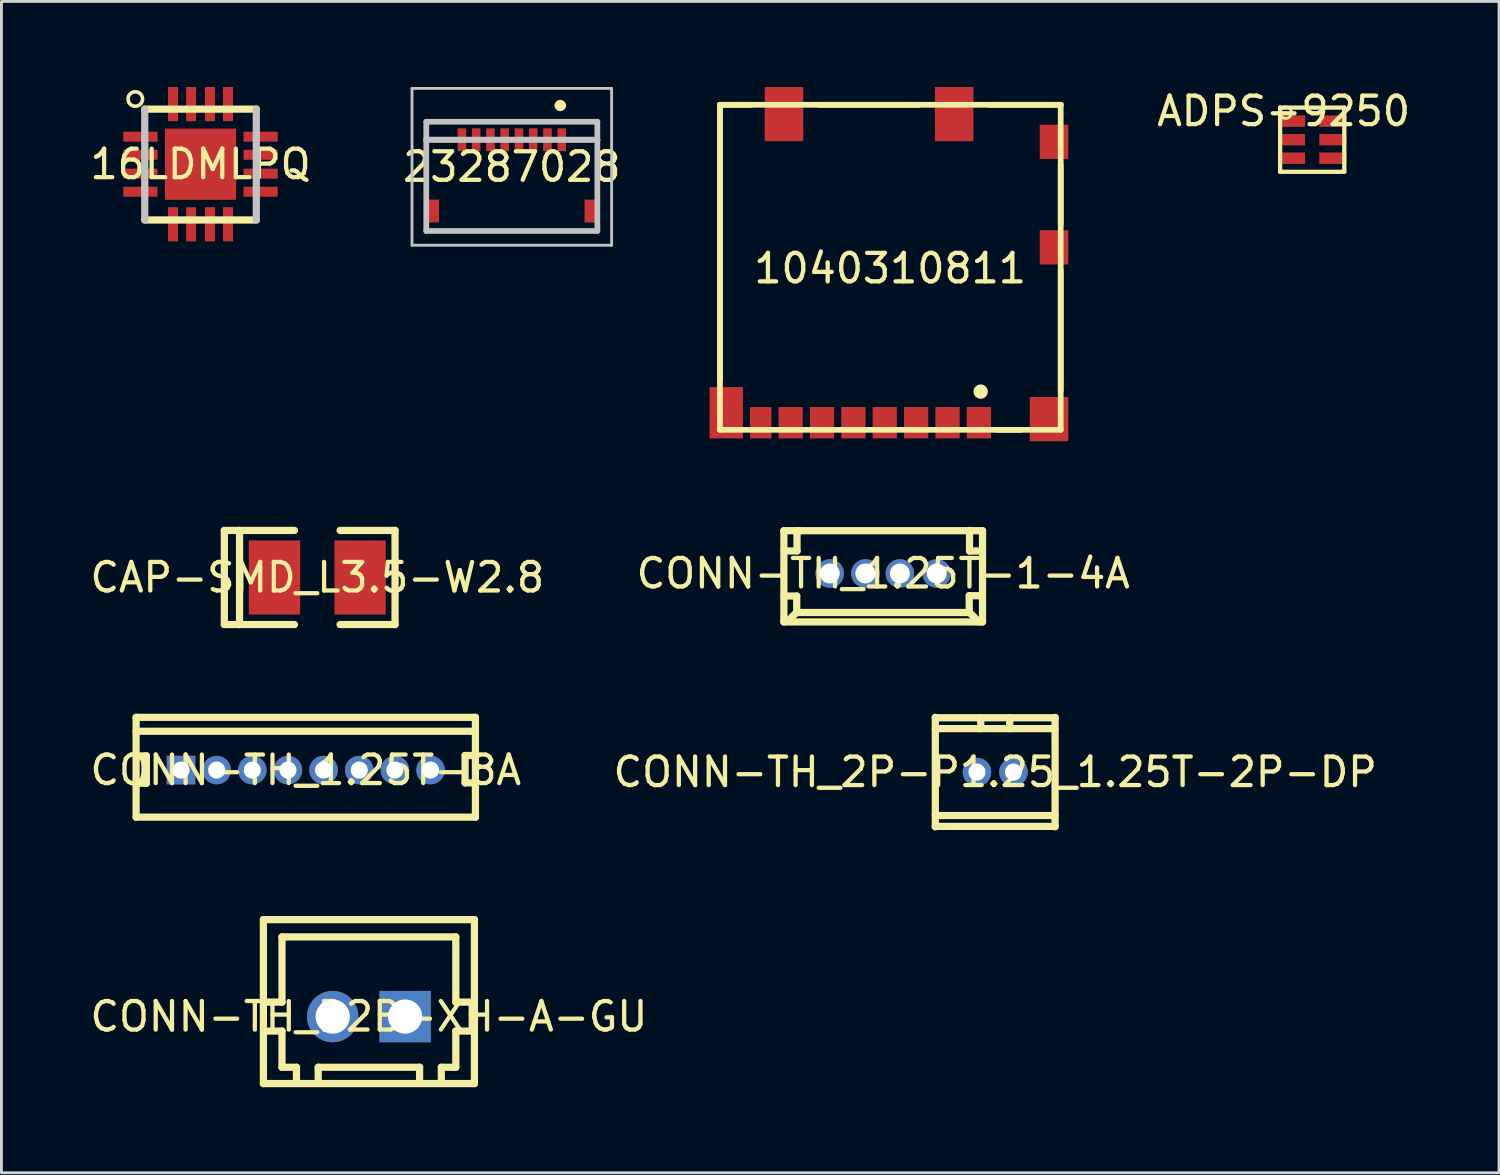
<source format=kicad_pcb>
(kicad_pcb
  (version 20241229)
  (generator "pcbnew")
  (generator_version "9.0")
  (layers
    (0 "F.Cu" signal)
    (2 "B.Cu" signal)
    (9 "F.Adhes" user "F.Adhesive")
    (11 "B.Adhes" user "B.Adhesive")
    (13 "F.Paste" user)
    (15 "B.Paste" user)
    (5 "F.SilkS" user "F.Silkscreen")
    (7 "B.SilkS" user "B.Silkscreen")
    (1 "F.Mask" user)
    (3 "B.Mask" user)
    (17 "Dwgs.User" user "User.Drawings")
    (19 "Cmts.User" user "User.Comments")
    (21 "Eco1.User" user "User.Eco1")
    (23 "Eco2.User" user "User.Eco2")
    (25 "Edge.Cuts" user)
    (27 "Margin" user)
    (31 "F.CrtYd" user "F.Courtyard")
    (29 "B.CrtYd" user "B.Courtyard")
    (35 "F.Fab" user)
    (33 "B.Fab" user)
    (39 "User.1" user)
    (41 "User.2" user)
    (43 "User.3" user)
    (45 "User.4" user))
  (footprint "CAP-SMD_L3.5-W2.8"
    (layer "F.Cu")
    (at 8.077 17.202)
    (property "Reference" "CAP-SMD_L3.5-W2.8" (at 0 0 0) (layer "F.SilkS") (effects (font (size 1 1) (thickness 0.15))))
    (fp_line (start -3.26 -1.65) (end -3.26 1.65) (stroke (width 0.254) (type default)) (layer "F.SilkS"))
    (fp_line (start -3.26 1.65) (end -2.727 1.65) (stroke (width 0.254) (type default)) (layer "F.SilkS"))
    (fp_line (start -2.727 -1.65) (end -3.26 -1.65) (stroke (width 0.254) (type default)) (layer "F.SilkS"))
    (fp_line (start -2.727 1.65) (end -2.727 -1.65) (stroke (width 0.254) (type default)) (layer "F.SilkS"))
    (fp_line (start -0.8 -1.65) (end -2.727 -1.65) (stroke (width 0.254) (type default)) (layer "F.SilkS"))
    (fp_line (start -0.8 1.65) (end -2.727 1.65) (stroke (width 0.254) (type default)) (layer "F.SilkS"))
    (fp_line (start 0.8 -1.65) (end 2.727 -1.65) (stroke (width 0.254) (type default)) (layer "F.SilkS"))
    (fp_line (start 2.727 -1.65) (end 2.727 1.65) (stroke (width 0.254) (type default)) (layer "F.SilkS"))
    (fp_line (start 2.727 1.65) (end 0.8 1.65) (stroke (width 0.254) (type default)) (layer "F.SilkS"))
    (pad "1" smd rect (at -1.501 0) (size 1.8 2.6) (layers "F.Cu" "F.Mask" "F.Paste"))
    (pad "2" smd rect (at 1.501 0) (size 1.8 2.6) (layers "F.Cu" "F.Mask" "F.Paste")))
  (footprint "CONN-TH_B2B-XH-A-GU"
    (layer "F.Cu")
    (at 9.887 32.6)
    (property "Reference" "CONN-TH_B2B-XH-A-GU" (at 0 0 0) (layer "F.SilkS") (effects (font (size 1 1) (thickness 0.15))))
    (fp_line (start -3.7 -3.4) (end -3.7 2.35) (stroke (width 0.254) (type default)) (layer "F.SilkS"))
    (fp_line (start -3.7 2.35) (end 3.7 2.35) (stroke (width 0.254) (type default)) (layer "F.SilkS"))
    (fp_line (start -3.556 -0.508) (end -3.048 -0.508) (stroke (width 0.254) (type default)) (layer "F.SilkS"))
    (fp_line (start -3.048 -2.794) (end 3.048 -2.794) (stroke (width 0.254) (type default)) (layer "F.SilkS"))
    (fp_line (start -3.048 -0.508) (end -3.048 -2.794) (stroke (width 0.254) (type default)) (layer "F.SilkS"))
    (fp_line (start -3.048 0.508) (end -3.556 0.508) (stroke (width 0.254) (type default)) (layer "F.SilkS"))
    (fp_line (start -3.048 1.778) (end -3.048 0.508) (stroke (width 0.254) (type default)) (layer "F.SilkS"))
    (fp_line (start -2.54 1.778) (end -3.048 1.778) (stroke (width 0.254) (type default)) (layer "F.SilkS"))
    (fp_line (start -2.54 2.286) (end -2.54 1.778) (stroke (width 0.254) (type default)) (layer "F.SilkS"))
    (fp_line (start -1.778 1.778) (end -1.778 2.286) (stroke (width 0.254) (type default)) (layer "F.SilkS"))
    (fp_line (start 1.778 1.778) (end -1.778 1.778) (stroke (width 0.254) (type default)) (layer "F.SilkS"))
    (fp_line (start 1.778 2.286) (end 1.778 1.778) (stroke (width 0.254) (type default)) (layer "F.SilkS"))
    (fp_line (start 2.54 1.778) (end 2.54 2.286) (stroke (width 0.254) (type default)) (layer "F.SilkS"))
    (fp_line (start 3.048 -2.794) (end 3.048 -0.508) (stroke (width 0.254) (type default)) (layer "F.SilkS"))
    (fp_line (start 3.048 -0.508) (end 3.556 -0.508) (stroke (width 0.254) (type default)) (layer "F.SilkS"))
    (fp_line (start 3.048 0.508) (end 3.048 1.778) (stroke (width 0.254) (type default)) (layer "F.SilkS"))
    (fp_line (start 3.048 1.778) (end 2.54 1.778) (stroke (width 0.254) (type default)) (layer "F.SilkS"))
    (fp_line (start 3.556 0.508) (end 3.048 0.508) (stroke (width 0.254) (type default)) (layer "F.SilkS"))
    (fp_line (start 3.7 -3.4) (end -3.7 -3.4) (stroke (width 0.254) (type default)) (layer "F.SilkS"))
    (fp_line (start 3.7 2.35) (end 3.7 -3.4) (stroke (width 0.254) (type default)) (layer "F.SilkS"))
    (pad "1" thru_hole rect (at 1.27 0) (size 1.8 1.8) (drill 1.2) (layers "*.Cu" "*.Mask"))
    (pad "2" thru_hole circle (at -1.27 0) (size 1.8 1.8) (drill 1.2) (layers "*.Cu" "*.Mask")))
  (footprint "16LDMLPQ"
    (layer "F.Cu")
    (at 3.982 2.708)
    (property "Reference" "16LDMLPQ" (at 0 0 0) (layer "F.SilkS") (effects (font (size 1 1) (thickness 0.15))))
    (fp_line (start -1.956 -1.931) (end 1.956 -1.931) (stroke (width 0.254) (type default)) (layer "F.SilkS"))
    (fp_line (start 1.956 1.956) (end -1.956 1.956) (stroke (width 0.254) (type default)) (layer "F.SilkS"))
    (fp_circle (center -2.287 -2.286) (end -2.033 -2.286) (stroke (width 0.127) (type default)) (fill no) (layer "F.SilkS"))
    (fp_line (start -1.956 -1.931) (end -1.956 1.956) (stroke (width 0.254) (type default)) (layer "Dwgs.User"))
    (fp_line (start 1.956 1.956) (end 1.956 -1.931) (stroke (width 0.254) (type default)) (layer "Dwgs.User"))
    (pad "1" smd rect (at -2.108 -0.965) (size 1.199 0.35) (layers "F.Cu" "F.Mask" "F.Paste"))
    (pad "2" smd rect (at -2.108 -0.33) (size 1.199 0.35) (layers "F.Cu" "F.Mask" "F.Paste"))
    (pad "3" smd rect (at -2.108 0.331) (size 1.199 0.35) (layers "F.Cu" "F.Mask" "F.Paste"))
    (pad "4" smd rect (at -2.108 0.966) (size 1.199 0.35) (layers "F.Cu" "F.Mask" "F.Paste"))
    (pad "5" smd rect (at -0.965 2.108 90) (size 1.199 0.35) (layers "F.Cu" "F.Mask" "F.Paste"))
    (pad "6" smd rect (at -0.33 2.108 90) (size 1.199 0.35) (layers "F.Cu" "F.Mask" "F.Paste"))
    (pad "7" smd rect (at 0.33 2.108 90) (size 1.199 0.35) (layers "F.Cu" "F.Mask" "F.Paste"))
    (pad "8" smd rect (at 0.965 2.108 90) (size 1.199 0.35) (layers "F.Cu" "F.Mask" "F.Paste"))
    (pad "9" smd rect (at 2.108 0.966 180) (size 1.199 0.35) (layers "F.Cu" "F.Mask" "F.Paste"))
    (pad "10" smd rect (at 2.108 0.331 180) (size 1.199 0.35) (layers "F.Cu" "F.Mask" "F.Paste"))
    (pad "11" smd rect (at 2.108 -0.33 180) (size 1.199 0.35) (layers "F.Cu" "F.Mask" "F.Paste"))
    (pad "12" smd rect (at 2.108 -0.965 180) (size 1.199 0.35) (layers "F.Cu" "F.Mask" "F.Paste"))
    (pad "13" smd rect (at 0.965 -2.108 270) (size 1.199 0.35) (layers "F.Cu" "F.Mask" "F.Paste"))
    (pad "14" smd rect (at 0.33 -2.108 270) (size 1.199 0.35) (layers "F.Cu" "F.Mask" "F.Paste"))
    (pad "15" smd rect (at -0.33 -2.108 270) (size 1.199 0.35) (layers "F.Cu" "F.Mask" "F.Paste"))
    (pad "16" smd rect (at -0.965 -2.108 270) (size 1.199 0.35) (layers "F.Cu" "F.Mask" "F.Paste"))
    (pad "EXP" smd rect (at 0 0) (size 2.499 2.499) (layers "F.Cu" "F.Mask" "F.Paste")))
  (footprint "CONN-TH_2P-P1.25_1.25T-2P-DP"
    (layer "F.Cu")
    (at 31.851 24.026)
    (property "Reference" "CONN-TH_2P-P1.25_1.25T-2P-DP" (at 0 0 0) (layer "F.SilkS") (effects (font (size 1 1) (thickness 0.15))))
    (fp_line (start -2.1 -1.92) (end -2.1 1.92) (stroke (width 0.254) (type default)) (layer "F.SilkS"))
    (fp_line (start -2.1 -1.905) (end 2.1 -1.905) (stroke (width 0.254) (type default)) (layer "F.SilkS"))
    (fp_line (start -2.1 -1.524) (end 2.1 -1.524) (stroke (width 0.254) (type default)) (layer "F.SilkS"))
    (fp_line (start -2.1 1.524) (end 2.1 1.524) (stroke (width 0.254) (type default)) (layer "F.SilkS"))
    (fp_line (start -0.508 -1.905) (end -0.508 -1.524) (stroke (width 0.254) (type default)) (layer "F.SilkS"))
    (fp_line (start 0.508 -1.905) (end 0.508 -1.524) (stroke (width 0.254) (type default)) (layer "F.SilkS"))
    (fp_line (start 2.1 -1.92) (end 2.1 1.92) (stroke (width 0.254) (type default)) (layer "F.SilkS"))
    (fp_line (start 2.1 1.905) (end -2.1 1.905) (stroke (width 0.254) (type default)) (layer "F.SilkS"))
    (pad "1" thru_hole circle (at -0.64 0) (size 1 1) (drill 0.6) (layers "*.Cu" "*.Mask"))
    (pad "2" thru_hole circle (at 0.64 0) (size 1 1) (drill 0.6) (layers "*.Cu" "*.Mask")))
  (footprint "CONN-TH_1.25T-1-4A"
    (layer "F.Cu")
    (at 27.923 17.061)
    (property "Reference" "CONN-TH_1.25T-1-4A" (at 0 0 0) (layer "F.SilkS") (effects (font (size 1 1) (thickness 0.15))))
    (fp_line (start -3.483 -1.5) (end -3.483 1.7) (stroke (width 0.254) (type default)) (layer "F.SilkS"))
    (fp_line (start -3.483 -1.5) (end 3.483 -1.5) (stroke (width 0.254) (type default)) (layer "F.SilkS"))
    (fp_line (start -3.483 1.7) (end 3.483 1.7) (stroke (width 0.254) (type default)) (layer "F.SilkS"))
    (fp_line (start -3.473 -0.79) (end -3.023 -0.79) (stroke (width 0.254) (type default)) (layer "F.SilkS"))
    (fp_line (start -3.473 1.68) (end -3.353 1.68) (stroke (width 0.254) (type default)) (layer "F.SilkS"))
    (fp_line (start -3.353 1.68) (end -3.042 1.369) (stroke (width 0.254) (type default)) (layer "F.SilkS"))
    (fp_line (start -3.042 1.369) (end 3.027 1.369) (stroke (width 0.254) (type default)) (layer "F.SilkS"))
    (fp_line (start -3.033 0.79) (end -3.473 0.79) (stroke (width 0.254) (type default)) (layer "F.SilkS"))
    (fp_line (start -3.033 1.369) (end -3.033 0.79) (stroke (width 0.254) (type default)) (layer "F.SilkS"))
    (fp_line (start -3.023 -1.5) (end -2.893 -1.5) (stroke (width 0.254) (type default)) (layer "F.SilkS"))
    (fp_line (start -3.023 -0.79) (end -3.023 -1.5) (stroke (width 0.254) (type default)) (layer "F.SilkS"))
    (fp_line (start 3.017 0.779) (end 3.457 0.779) (stroke (width 0.254) (type default)) (layer "F.SilkS"))
    (fp_line (start 3.017 1.359) (end 3.017 0.779) (stroke (width 0.254) (type default)) (layer "F.SilkS"))
    (fp_line (start 3.027 -1.508) (end 3.027 -1.478) (stroke (width 0.254) (type default)) (layer "F.SilkS"))
    (fp_line (start 3.027 -0.789) (end 3.027 -1.508) (stroke (width 0.254) (type default)) (layer "F.SilkS"))
    (fp_line (start 3.027 1.369) (end 3.357 1.698) (stroke (width 0.254) (type default)) (layer "F.SilkS"))
    (fp_line (start 3.447 -0.789) (end 3.027 -0.789) (stroke (width 0.254) (type default)) (layer "F.SilkS"))
    (fp_line (start 3.483 -1.5) (end 3.483 1.7) (stroke (width 0.254) (type default)) (layer "F.SilkS"))
    (pad "1" thru_hole circle (at -1.875 0) (size 1 1) (drill 0.7) (layers "*.Cu" "*.Mask"))
    (pad "2" thru_hole circle (at -0.625 0) (size 1 1) (drill 0.7) (layers "*.Cu" "*.Mask"))
    (pad "3" thru_hole circle (at 0.584 0) (size 1 1) (drill 0.7) (layers "*.Cu" "*.Mask"))
    (pad "4" thru_hole circle (at 1.875 0) (size 1 1) (drill 0.7) (layers "*.Cu" "*.Mask")))
  (footprint "23287028"
    (layer "F.Cu")
    (at 14.899 2.8)
    (property "Reference" "23287028" (at 0 0 0) (layer "F.SilkS") (effects (font (size 1 1) (thickness 0.15))))
    (fp_line (start -3 -0.95) (end -3 0.75) (stroke (width 0.1) (type default)) (layer "F.SilkS"))
    (fp_line (start -2.5 -0.95) (end -3 -0.95) (stroke (width 0.1) (type default)) (layer "F.SilkS"))
    (fp_line (start -2 2.25) (end 2 2.25) (stroke (width 0.1) (type default)) (layer "F.SilkS"))
    (fp_line (start 2.5 -0.95) (end 3 -0.95) (stroke (width 0.1) (type default)) (layer "F.SilkS"))
    (fp_line (start 3 -0.95) (end 3 0.75) (stroke (width 0.1) (type default)) (layer "F.SilkS"))
    (fp_arc (start 1.6 -2.15) (mid 1.7 -2.25) (end 1.8 -2.15) (stroke (width 0.2) (type default)) (layer "F.SilkS"))
    (fp_arc (start 1.8 -2.15) (mid 1.7 -2.05) (end 1.6 -2.15) (stroke (width 0.2) (type default)) (layer "F.SilkS"))
    (fp_line (start -3.5 -2.75) (end 3.5 -2.75) (stroke (width 0.1) (type default)) (layer "Dwgs.User"))
    (fp_line (start -3.5 2.75) (end -3.5 -2.75) (stroke (width 0.1) (type default)) (layer "Dwgs.User"))
    (fp_line (start -3 -1.58) (end 3 -1.58) (stroke (width 0.2) (type default)) (layer "Dwgs.User"))
    (fp_line (start -3 -0.95) (end -3 -1.58) (stroke (width 0.2) (type default)) (layer "Dwgs.User"))
    (fp_line (start -3 -0.95) (end 3 -0.95) (stroke (width 0.2) (type default)) (layer "Dwgs.User"))
    (fp_line (start -3 2.25) (end -3 -0.95) (stroke (width 0.2) (type default)) (layer "Dwgs.User"))
    (fp_line (start 3 -1.58) (end 3 -0.95) (stroke (width 0.2) (type default)) (layer "Dwgs.User"))
    (fp_line (start 3 -0.95) (end -3 -0.95) (stroke (width 0.2) (type default)) (layer "Dwgs.User"))
    (fp_line (start 3 -0.95) (end 3 2.25) (stroke (width 0.2) (type default)) (layer "Dwgs.User"))
    (fp_line (start 3 2.25) (end -3 2.25) (stroke (width 0.2) (type default)) (layer "Dwgs.User"))
    (fp_line (start 3.5 -2.75) (end 3.5 2.75) (stroke (width 0.1) (type default)) (layer "Dwgs.User"))
    (fp_line (start 3.5 2.75) (end -3.5 2.75) (stroke (width 0.1) (type default)) (layer "Dwgs.User"))
    (pad "1" smd rect (at 1.75 -0.95 90) (size 0.8 0.3) (layers "F.Cu" "F.Mask" "F.Paste"))
    (pad "2" smd rect (at 1.25 -0.95 90) (size 0.8 0.3) (layers "F.Cu" "F.Mask" "F.Paste"))
    (pad "3" smd rect (at 0.75 -0.95 90) (size 0.8 0.3) (layers "F.Cu" "F.Mask" "F.Paste"))
    (pad "4" smd rect (at 0.25 -0.95 90) (size 0.8 0.3) (layers "F.Cu" "F.Mask" "F.Paste"))
    (pad "5" smd rect (at -0.25 -0.95 90) (size 0.8 0.3) (layers "F.Cu" "F.Mask" "F.Paste"))
    (pad "6" smd rect (at -0.75 -0.95 90) (size 0.8 0.3) (layers "F.Cu" "F.Mask" "F.Paste"))
    (pad "7" smd rect (at -1.25 -0.95 90) (size 0.8 0.3) (layers "F.Cu" "F.Mask" "F.Paste"))
    (pad "8" smd rect (at -1.75 -0.95 90) (size 0.8 0.3) (layers "F.Cu" "F.Mask" "F.Paste"))
    (pad "MP1" smd rect (at 2.75 1.55 90) (size 0.8 0.4) (layers "F.Cu" "F.Mask" "F.Paste"))
    (pad "MP2" smd rect (at -2.75 1.55 90) (size 0.8 0.4) (layers "F.Cu" "F.Mask" "F.Paste")))
  (footprint "1040310811"
    (layer "F.Cu")
    (at 28.166 6.362)
    (property "Reference" "1040310811" (at 0 0 0) (layer "F.SilkS") (effects (font (size 1 1) (thickness 0.15))))
    (fp_line (start -5.968 -5.737) (end -5.968 3.942) (stroke (width 0.2) (type default)) (layer "F.SilkS"))
    (fp_line (start -5.968 -5.737) (end 5.982 -5.737) (stroke (width 0.2) (type default)) (layer "F.SilkS"))
    (fp_line (start -5.968 5.662) (end -5.968 -5.737) (stroke (width 0.2) (type default)) (layer "F.SilkS"))
    (fp_line (start -4.907 -5.737) (end -5.968 -5.737) (stroke (width 0.2) (type default)) (layer "F.SilkS"))
    (fp_line (start -2.493 -5.737) (end 1.008 -5.737) (stroke (width 0.2) (type default)) (layer "F.SilkS"))
    (fp_line (start 3.747 5.662) (end 4.567 5.662) (stroke (width 0.2) (type default)) (layer "F.SilkS"))
    (fp_line (start 5.982 -5.737) (end 3.462 -5.737) (stroke (width 0.2) (type default)) (layer "F.SilkS"))
    (fp_line (start 5.982 -5.737) (end 5.982 5.662) (stroke (width 0.2) (type default)) (layer "F.SilkS"))
    (fp_line (start 5.982 -3.635) (end 5.982 -1.554) (stroke (width 0.2) (type default)) (layer "F.SilkS"))
    (fp_line (start 5.982 0.061) (end 5.982 4.295) (stroke (width 0.2) (type default)) (layer "F.SilkS"))
    (fp_line (start 5.982 5.662) (end -5.968 5.662) (stroke (width 0.2) (type default)) (layer "F.SilkS"))
    (fp_arc (start 3.302 4.3235) (mid 3.047965 4.32025) (end 3.302 4.318) (stroke (width 0.254) (type default)) (layer "F.SilkS"))
    (pad "1" smd custom (at 3.112 5.412 180) (size 0.000001 0.000001) (layers "F.Cu" "F.Mask" "F.Paste") (options (anchor circle)) (primitives (gr_poly (pts (xy -0.425 -0.55) (xy 0.425 -0.55) (xy 0.425 0.55) (xy -0.425 0.55)) (width 0) (fill yes))))
    (pad "2" smd custom (at 2.013 5.412 180) (size 0.000001 0.000001) (layers "F.Cu" "F.Mask" "F.Paste") (options (anchor circle)) (primitives (gr_poly (pts (xy -0.425 -0.55) (xy 0.425 -0.55) (xy 0.425 0.55) (xy -0.425 0.55)) (width 0) (fill yes))))
    (pad "3" smd custom (at 0.912 5.412 180) (size 0.000001 0.000001) (layers "F.Cu" "F.Mask" "F.Paste") (options (anchor circle)) (primitives (gr_poly (pts (xy -0.424 -0.549) (xy 0.425 -0.549) (xy 0.425 0.55) (xy -0.424 0.55)) (width 0) (fill yes))))
    (pad "4" smd custom (at -0.188 5.412 180) (size 0.000001 0.000001) (layers "F.Cu" "F.Mask" "F.Paste") (options (anchor circle)) (primitives (gr_poly (pts (xy -0.424 -0.55) (xy 0.425 -0.55) (xy 0.425 0.55) (xy -0.424 0.55)) (width 0) (fill yes))))
    (pad "5" smd custom (at -1.288 5.412 180) (size 0.000001 0.000001) (layers "F.Cu" "F.Mask" "F.Paste") (options (anchor circle)) (primitives (gr_poly (pts (xy -0.424 -0.55) (xy 0.425 -0.55) (xy 0.425 0.55) (xy -0.424 0.55)) (width 0) (fill yes))))
    (pad "6" smd custom (at -2.388 5.412 180) (size 0.000001 0.000001) (layers "F.Cu" "F.Mask" "F.Paste") (options (anchor circle)) (primitives (gr_poly (pts (xy -0.424 -0.549) (xy 0.425 -0.549) (xy 0.425 0.55) (xy -0.424 0.55)) (width 0) (fill yes))))
    (pad "7" smd custom (at -3.488 5.412 180) (size 0.000001 0.000001) (layers "F.Cu" "F.Mask" "F.Paste") (options (anchor circle)) (primitives (gr_poly (pts (xy -0.424 -0.55) (xy 0.425 -0.55) (xy 0.425 0.55) (xy -0.424 0.55)) (width 0) (fill yes))))
    (pad "8" smd custom (at -4.537 5.412 180) (size 0.000001 0.000001) (layers "F.Cu" "F.Mask" "F.Paste") (options (anchor circle)) (primitives (gr_poly (pts (xy -0.375 -0.55) (xy 0.375 -0.55) (xy 0.375 0.55) (xy -0.375 0.55)) (width 0) (fill yes))))
    (pad "9" smd custom (at -5.747 5.062 180) (size 0.000001 0.000001) (layers "F.Cu" "F.Mask" "F.Paste") (options (anchor circle)) (primitives (gr_poly (pts (xy -0.585 -0.9) (xy 0.585 -0.9) (xy 0.585 0.9) (xy -0.585 0.9)) (width 0) (fill yes))))
    (pad "10" smd custom (at -3.723 -5.412 270) (size 0.000001 0.000001) (layers "F.Cu" "F.Mask" "F.Paste") (options (anchor circle)) (primitives (gr_poly (pts (xy -0.95 0.675) (xy -0.95 -0.675) (xy 0.95 -0.675) (xy 0.95 0.675)) (width 0) (fill yes))))
    (pad "11" smd custom (at 2.247 -5.412 270) (size 0.000001 0.000001) (layers "F.Cu" "F.Mask" "F.Paste") (options (anchor circle)) (primitives (gr_poly (pts (xy -0.95 0.675) (xy -0.95 -0.675) (xy 0.951 -0.675) (xy 0.951 0.675)) (width 0) (fill yes))))
    (pad "12" smd custom (at 5.747 -4.438 270) (size 0.000001 0.000001) (layers "F.Cu" "F.Mask" "F.Paste") (options (anchor circle)) (primitives (gr_poly (pts (xy -0.6 0.5) (xy -0.6 -0.5) (xy 0.6 -0.5) (xy 0.6 0.5)) (width 0) (fill yes))))
    (pad "13" smd custom (at 5.747 -0.738 270) (size 0.000001 0.000001) (layers "F.Cu" "F.Mask" "F.Paste") (options (anchor circle)) (primitives (gr_poly (pts (xy -0.6 0.5) (xy -0.6 -0.5) (xy 0.6 -0.5) (xy 0.6 0.5)) (width 0) (fill yes))))
    (pad "14" smd custom (at 5.572 5.287 270) (size 0.000001 0.000001) (layers "F.Cu" "F.Mask" "F.Paste") (options (anchor circle)) (primitives (gr_poly (pts (xy -0.775 0.675) (xy -0.775 -0.675) (xy 0.775 -0.675) (xy 0.775 0.675)) (width 0) (fill yes)))))
  (footprint "ADPS-9250"
    (layer "F.Cu")
    (at 41.967 0.848)
    (property "Reference" "ADPS-9250" (at 0 0 0) (layer "F.SilkS") (effects (font (size 1 1) (thickness 0.15))))
    (fp_line (start -0.125 -0.125) (end -0.125 2.126) (stroke (width 0.15) (type default)) (layer "F.SilkS"))
    (fp_line (start -0.125 2.126) (end 2.126 2.126) (stroke (width 0.15) (type default)) (layer "F.SilkS"))
    (fp_line (start 2.126 -0.125) (end -0.125 -0.125) (stroke (width 0.15) (type default)) (layer "F.SilkS"))
    (fp_line (start 2.126 2.126) (end 2.126 -0.125) (stroke (width 0.15) (type default)) (layer "F.SilkS"))
    (fp_circle (center 0.071 0.053) (end 0.273 0.053) (stroke (width 0.1) (type default)) (fill no) (layer "F.SilkS"))
    (pad "1" smd rect (at 0.275 0.35 180) (size 0.95 0.4) (layers "F.Cu" "F.Mask" "F.Paste"))
    (pad "2" smd rect (at 0.275 1 180) (size 0.95 0.4) (layers "F.Cu" "F.Mask" "F.Paste"))
    (pad "3" smd rect (at 0.275 1.65 180) (size 0.95 0.4) (layers "F.Cu" "F.Mask" "F.Paste"))
    (pad "4" smd rect (at 1.725 1.65 180) (size 0.95 0.4) (layers "F.Cu" "F.Mask" "F.Paste"))
    (pad "5" smd rect (at 1.725 1 180) (size 0.95 0.4) (layers "F.Cu" "F.Mask" "F.Paste"))
    (pad "6" smd rect (at 1.725 0.35 180) (size 0.95 0.4) (layers "F.Cu" "F.Mask" "F.Paste")))
  (footprint "CONN-TH_1.25T-8A"
    (layer "F.Cu")
    (at 7.673 23.956)
    (property "Reference" "CONN-TH_1.25T-8A" (at 0 0 0) (layer "F.SilkS") (effects (font (size 1 1) (thickness 0.15))))
    (fp_line (start -5.95 -1.85) (end -5.95 1.65) (stroke (width 0.254) (type default)) (layer "F.SilkS"))
    (fp_line (start -5.95 1.65) (end 5.95 1.65) (stroke (width 0.254) (type default)) (layer "F.SilkS"))
    (fp_line (start -5.91 0.461) (end -5.59 0.46) (stroke (width 0.254) (type default)) (layer "F.SilkS"))
    (fp_line (start -5.59 -0.499) (end -5.951 -0.499) (stroke (width 0.254) (type default)) (layer "F.SilkS"))
    (fp_line (start -5.59 0.46) (end -5.59 -0.499) (stroke (width 0.254) (type default)) (layer "F.SilkS"))
    (fp_line (start 5.587 -0.512) (end 5.947 -0.512) (stroke (width 0.254) (type default)) (layer "F.SilkS"))
    (fp_line (start 5.587 0.448) (end 5.587 -0.512) (stroke (width 0.254) (type default)) (layer "F.SilkS"))
    (fp_line (start 5.907 0.448) (end 5.587 0.448) (stroke (width 0.254) (type default)) (layer "F.SilkS"))
    (fp_line (start 5.95 -1.85) (end -5.95 -1.85) (stroke (width 0.254) (type default)) (layer "F.SilkS"))
    (fp_line (start 5.95 -1.361) (end -5.95 -1.361) (stroke (width 0.254) (type default)) (layer "F.SilkS"))
    (fp_line (start 5.95 1.65) (end 5.95 -1.85) (stroke (width 0.254) (type default)) (layer "F.SilkS"))
    (pad "1" thru_hole rect (at -4.375 0) (size 1 1) (drill 0.6) (layers "*.Cu" "*.Mask"))
    (pad "2" thru_hole circle (at -3.125 0) (size 1 1) (drill 0.6) (layers "*.Cu" "*.Mask"))
    (pad "3" thru_hole circle (at -1.875 0) (size 1 1) (drill 0.6) (layers "*.Cu" "*.Mask"))
    (pad "4" thru_hole circle (at -0.625 0) (size 1 1) (drill 0.6) (layers "*.Cu" "*.Mask"))
    (pad "5" thru_hole circle (at 0.625 0) (size 1 1) (drill 0.6) (layers "*.Cu" "*.Mask"))
    (pad "6" thru_hole circle (at 1.875 0) (size 1 1) (drill 0.6) (layers "*.Cu" "*.Mask"))
    (pad "7" thru_hole circle (at 3.125 0) (size 1 1) (drill 0.6) (layers "*.Cu" "*.Mask"))
    (pad "8" thru_hole circle (at 4.375 0) (size 1 1) (drill 0.6) (layers "*.Cu" "*.Mask")))
  (gr_rect
    (start -3 -3)
    (end 49.52 38.077)
    (stroke (width 0.1) (type default))
    (fill no)
    (layer "Edge.Cuts")))
</source>
